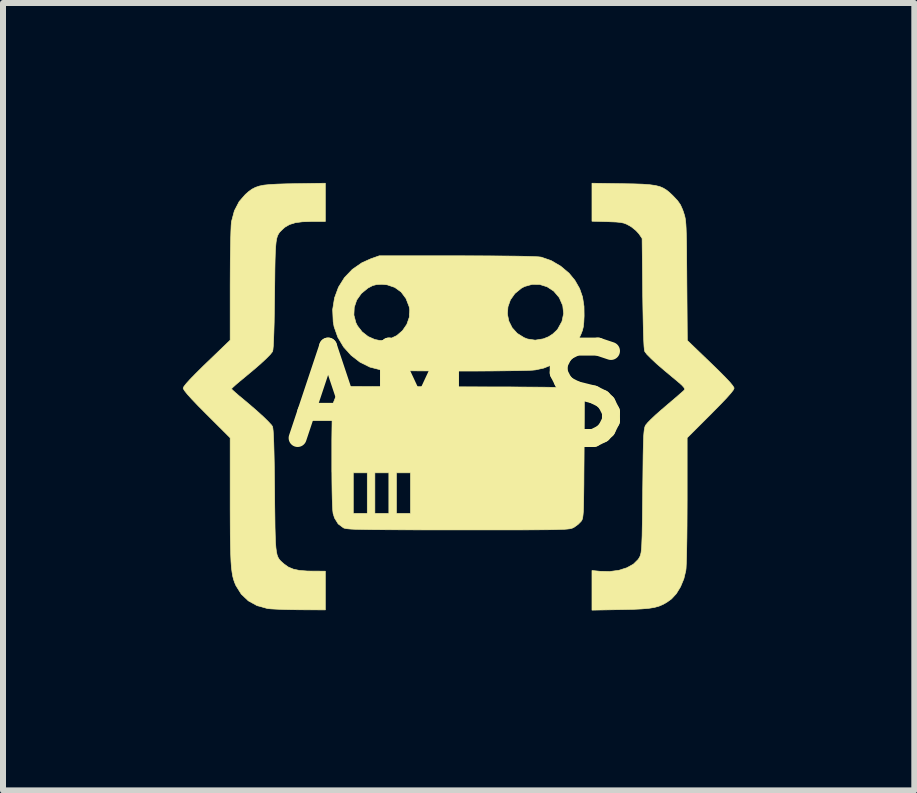
<source format=kicad_pcb>
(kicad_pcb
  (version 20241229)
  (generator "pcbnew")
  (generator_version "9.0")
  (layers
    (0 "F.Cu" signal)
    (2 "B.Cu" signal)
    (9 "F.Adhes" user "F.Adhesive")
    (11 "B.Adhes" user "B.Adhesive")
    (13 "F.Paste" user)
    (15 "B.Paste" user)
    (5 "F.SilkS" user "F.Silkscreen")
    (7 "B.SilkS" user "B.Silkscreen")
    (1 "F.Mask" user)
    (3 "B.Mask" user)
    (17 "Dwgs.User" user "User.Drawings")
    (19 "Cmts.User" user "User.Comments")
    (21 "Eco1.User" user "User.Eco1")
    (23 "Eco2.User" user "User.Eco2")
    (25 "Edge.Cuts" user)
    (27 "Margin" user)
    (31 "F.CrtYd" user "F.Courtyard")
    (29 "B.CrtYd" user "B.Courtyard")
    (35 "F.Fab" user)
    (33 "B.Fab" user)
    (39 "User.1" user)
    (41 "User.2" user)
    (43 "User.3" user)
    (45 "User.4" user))
  (footprint "AM_S"
    (layer "F.Cu")
    (at 4.598 3.564)
    (property "Reference" "AM_S" (at 0 0 0) (layer "F.SilkS") (effects (font (size 1.524 1.524) (thickness 0.3))))
    (attr through_hole)
    (fp_poly (pts (xy 0.013 -0.164) (xy 0.336 -0.163) (xy 0.62 -0.162) (xy 0.868 -0.162) (xy 1.08 -0.16) (xy 1.262 -0.159) (xy 1.414 -0.158) (xy 1.54 -0.156) (xy 1.643 -0.154) (xy 1.725 -0.152) (xy 1.788 -0.149) (xy 1.836 -0.145) (xy 1.872 -0.141) (xy 1.897 -0.136) (xy 1.914 -0.13) (xy 1.928 -0.123) (xy 1.939 -0.116) (xy 1.94 -0.114) (xy 1.994 -0.066) (xy 2.044 -0.006) (xy 2.048 0.001) (xy 2.097 0.072) (xy 2.091 1.046) (xy 2.089 1.275) (xy 2.088 1.466) (xy 2.086 1.621) (xy 2.084 1.746) (xy 2.082 1.843) (xy 2.079 1.918) (xy 2.074 1.973) (xy 2.069 2.012) (xy 2.063 2.039) (xy 2.055 2.059) (xy 2.045 2.074) (xy 2.043 2.078) (xy 1.995 2.127) (xy 1.934 2.172) (xy 1.923 2.179) (xy 1.909 2.186) (xy 1.894 2.193) (xy 1.874 2.199) (xy 1.848 2.204) (xy 1.812 2.208) (xy 1.764 2.212) (xy 1.7 2.214) (xy 1.619 2.217) (xy 1.518 2.219) (xy 1.393 2.22) (xy 1.243 2.221) (xy 1.063 2.222) (xy 0.853 2.222) (xy 0.608 2.222) (xy 0.327 2.222) (xy 0.006 2.222) (xy -0.003 2.222) (xy -0.328 2.222) (xy -0.613 2.222) (xy -0.862 2.221) (xy -1.076 2.22) (xy -1.258 2.219) (xy -1.412 2.218) (xy -1.539 2.216) (xy -1.642 2.214) (xy -1.725 2.212) (xy -1.789 2.209) (xy -1.837 2.205) (xy -1.873 2.201) (xy -1.898 2.196) (xy -1.916 2.19) (xy -1.922 2.187) (xy -2.009 2.122) (xy -2.07 2.023) (xy -2.094 1.945) (xy -2.099 1.901) (xy -2.104 1.82) (xy -2.108 1.709) (xy -2.111 1.573) (xy -2.113 1.418) (xy -2.114 1.27) (xy -1.757 1.27) (xy -1.757 1.947) (xy -1.524 1.947) (xy -1.524 1.27) (xy -1.397 1.27) (xy -1.397 1.947) (xy -1.164 1.947) (xy -1.164 1.27) (xy -1.037 1.27) (xy -1.037 1.947) (xy -0.804 1.947) (xy -0.804 1.27) (xy -1.037 1.27) (xy -1.164 1.27) (xy -1.397 1.27) (xy -1.524 1.27) (xy -1.757 1.27) (xy -2.114 1.27) (xy -2.115 1.249) (xy -2.115 1.074) (xy -2.115 0.897) (xy -2.115 0.725) (xy -2.113 0.563) (xy -2.111 0.417) (xy -2.108 0.293) (xy -2.104 0.197) (xy -2.099 0.135) (xy -2.096 0.118) (xy -2.051 0.005) (xy -1.972 -0.087) (xy -1.926 -0.122) (xy -1.855 -0.17) (xy 0.013 -0.164)) (stroke (width 0.01) (type solid)) (fill yes) (layer "F.SilkS"))
    (fp_poly (pts (xy -0.021 -2.349) (xy 0.267 -2.348) (xy 0.527 -2.347) (xy 0.755 -2.345) (xy 0.952 -2.343) (xy 1.113 -2.34) (xy 1.239 -2.336) (xy 1.326 -2.332) (xy 1.373 -2.327) (xy 1.375 -2.327) (xy 1.542 -2.269) (xy 1.701 -2.176) (xy 1.841 -2.058) (xy 1.938 -1.94) (xy 2.017 -1.802) (xy 2.066 -1.661) (xy 2.09 -1.505) (xy 2.092 -1.346) (xy 2.087 -1.242) (xy 2.079 -1.166) (xy 2.064 -1.104) (xy 2.039 -1.04) (xy 2.006 -0.97) (xy 1.899 -0.801) (xy 1.763 -0.66) (xy 1.602 -0.55) (xy 1.419 -0.476) (xy 1.281 -0.446) (xy 1.228 -0.441) (xy 1.139 -0.437) (xy 1.017 -0.434) (xy 0.868 -0.432) (xy 0.696 -0.43) (xy 0.507 -0.428) (xy 0.305 -0.427) (xy 0.096 -0.427) (xy -0.115 -0.427) (xy -0.325 -0.427) (xy -0.526 -0.429) (xy -0.716 -0.43) (xy -0.888 -0.432) (xy -1.037 -0.435) (xy -1.159 -0.439) (xy -1.249 -0.442) (xy -1.302 -0.447) (xy -1.302 -0.447) (xy -1.481 -0.493) (xy -1.647 -0.576) (xy -1.794 -0.69) (xy -1.919 -0.829) (xy -2.015 -0.99) (xy -2.077 -1.166) (xy -2.092 -1.249) (xy -2.097 -1.361) (xy -1.747 -1.361) (xy -1.714 -1.234) (xy -1.687 -1.18) (xy -1.609 -1.08) (xy -1.509 -1.002) (xy -1.4 -0.954) (xy -1.392 -0.952) (xy -1.323 -0.938) (xy -1.269 -0.936) (xy -1.21 -0.946) (xy -1.149 -0.963) (xy -1.032 -1.018) (xy -0.936 -1.101) (xy -0.864 -1.206) (xy -0.823 -1.324) (xy -0.82 -1.377) (xy 0.813 -1.377) (xy 0.837 -1.259) (xy 0.892 -1.149) (xy 0.977 -1.055) (xy 1.091 -0.984) (xy 1.15 -0.961) (xy 1.276 -0.942) (xy 1.411 -0.964) (xy 1.499 -0.999) (xy 1.57 -1.045) (xy 1.636 -1.107) (xy 1.653 -1.128) (xy 1.723 -1.255) (xy 1.75 -1.385) (xy 1.736 -1.517) (xy 1.68 -1.646) (xy 1.673 -1.657) (xy 1.585 -1.76) (xy 1.475 -1.832) (xy 1.353 -1.87) (xy 1.225 -1.872) (xy 1.1 -1.837) (xy 1.047 -1.809) (xy 0.938 -1.72) (xy 0.863 -1.614) (xy 0.822 -1.498) (xy 0.813 -1.377) (xy -0.82 -1.377) (xy -0.816 -1.447) (xy -0.825 -1.499) (xy -0.878 -1.636) (xy -0.959 -1.745) (xy -1.066 -1.822) (xy -1.193 -1.865) (xy -1.282 -1.873) (xy -1.369 -1.869) (xy -1.436 -1.851) (xy -1.508 -1.813) (xy -1.515 -1.809) (xy -1.623 -1.72) (xy -1.7 -1.611) (xy -1.741 -1.489) (xy -1.747 -1.361) (xy -2.097 -1.361) (xy -2.101 -1.453) (xy -2.07 -1.646) (xy -2.004 -1.825) (xy -1.904 -1.985) (xy -1.773 -2.122) (xy -1.614 -2.232) (xy -1.467 -2.298) (xy -1.323 -2.349) (xy -0.021 -2.349)) (stroke (width 0.01) (type solid)) (fill yes) (layer "F.SilkS"))
    (fp_poly (pts (xy -2.223 -2.921) (xy -2.453 -2.921) (xy -2.606 -2.916) (xy -2.726 -2.9) (xy -2.82 -2.87) (xy -2.896 -2.826) (xy -2.928 -2.798) (xy -2.958 -2.769) (xy -2.984 -2.743) (xy -3.004 -2.714) (xy -3.021 -2.68) (xy -3.034 -2.636) (xy -3.044 -2.578) (xy -3.051 -2.503) (xy -3.057 -2.405) (xy -3.061 -2.282) (xy -3.064 -2.128) (xy -3.066 -1.94) (xy -3.069 -1.714) (xy -3.069 -1.704) (xy -3.073 -1.453) (xy -3.076 -1.244) (xy -3.081 -1.073) (xy -3.086 -0.94) (xy -3.091 -0.843) (xy -3.097 -0.781) (xy -3.104 -0.751) (xy -3.104 -0.751) (xy -3.142 -0.703) (xy -3.21 -0.634) (xy -3.307 -0.544) (xy -3.429 -0.439) (xy -3.572 -0.32) (xy -3.652 -0.254) (xy -3.719 -0.197) (xy -3.766 -0.154) (xy -3.787 -0.132) (xy -3.788 -0.13) (xy -3.772 -0.112) (xy -3.729 -0.073) (xy -3.667 -0.019) (xy -3.593 0.042) (xy -3.466 0.149) (xy -3.35 0.25) (xy -3.251 0.34) (xy -3.174 0.416) (xy -3.122 0.472) (xy -3.105 0.496) (xy -3.099 0.521) (xy -3.093 0.573) (xy -3.088 0.655) (xy -3.083 0.769) (xy -3.079 0.917) (xy -3.075 1.101) (xy -3.072 1.323) (xy -3.069 1.566) (xy -3.067 1.809) (xy -3.064 2.013) (xy -3.062 2.183) (xy -3.058 2.321) (xy -3.054 2.432) (xy -3.047 2.52) (xy -3.038 2.588) (xy -3.027 2.64) (xy -3.012 2.679) (xy -2.994 2.71) (xy -2.971 2.737) (xy -2.944 2.762) (xy -2.912 2.79) (xy -2.841 2.841) (xy -2.758 2.876) (xy -2.654 2.898) (xy -2.522 2.908) (xy -2.439 2.909) (xy -2.223 2.91) (xy -2.223 3.556) (xy -2.651 3.554) (xy -2.79 3.552) (xy -2.922 3.549) (xy -3.038 3.544) (xy -3.13 3.539) (xy -3.189 3.533) (xy -3.192 3.532) (xy -3.362 3.485) (xy -3.507 3.405) (xy -3.625 3.293) (xy -3.714 3.151) (xy -3.717 3.144) (xy -3.737 3.097) (xy -3.754 3.047) (xy -3.768 2.992) (xy -3.779 2.926) (xy -3.789 2.847) (xy -3.796 2.751) (xy -3.801 2.633) (xy -3.805 2.49) (xy -3.808 2.319) (xy -3.809 2.115) (xy -3.81 1.874) (xy -3.81 1.725) (xy -3.81 0.687) (xy -4.202 0.296) (xy -4.339 0.158) (xy -4.446 0.046) (xy -4.523 -0.039) (xy -4.571 -0.099) (xy -4.592 -0.135) (xy -4.593 -0.141) (xy -4.581 -0.169) (xy -4.542 -0.219) (xy -4.477 -0.291) (xy -4.383 -0.387) (xy -4.259 -0.51) (xy -4.202 -0.565) (xy -3.81 -0.942) (xy -3.81 -1.863) (xy -3.809 -2.08) (xy -3.808 -2.282) (xy -3.805 -2.465) (xy -3.802 -2.624) (xy -3.798 -2.754) (xy -3.794 -2.852) (xy -3.789 -2.912) (xy -3.788 -2.919) (xy -3.74 -3.099) (xy -3.66 -3.253) (xy -3.555 -3.373) (xy -3.499 -3.422) (xy -3.446 -3.46) (xy -3.39 -3.489) (xy -3.326 -3.511) (xy -3.248 -3.527) (xy -3.149 -3.537) (xy -3.024 -3.544) (xy -2.866 -3.549) (xy -2.736 -3.551) (xy -2.223 -3.559) (xy -2.223 -2.921)) (stroke (width 0.01) (type solid)) (fill yes) (layer "F.SilkS"))
    (fp_poly (pts (xy 2.736 -3.551) (xy 2.92 -3.548) (xy 3.068 -3.543) (xy 3.186 -3.534) (xy 3.279 -3.521) (xy 3.353 -3.503) (xy 3.415 -3.476) (xy 3.471 -3.441) (xy 3.526 -3.395) (xy 3.58 -3.343) (xy 3.651 -3.267) (xy 3.699 -3.198) (xy 3.735 -3.117) (xy 3.749 -3.078) (xy 3.76 -3.043) (xy 3.77 -3.009) (xy 3.778 -2.972) (xy 3.784 -2.928) (xy 3.789 -2.873) (xy 3.793 -2.803) (xy 3.796 -2.713) (xy 3.799 -2.6) (xy 3.801 -2.459) (xy 3.802 -2.287) (xy 3.804 -2.079) (xy 3.805 -1.934) (xy 3.813 -0.937) (xy 4.203 -0.562) (xy 4.339 -0.43) (xy 4.444 -0.324) (xy 4.521 -0.243) (xy 4.569 -0.185) (xy 4.591 -0.149) (xy 4.593 -0.141) (xy 4.58 -0.111) (xy 4.539 -0.058) (xy 4.47 0.02) (xy 4.371 0.124) (xy 4.242 0.255) (xy 4.202 0.296) (xy 3.81 0.687) (xy 3.81 1.725) (xy 3.809 1.947) (xy 3.808 2.156) (xy 3.806 2.349) (xy 3.803 2.52) (xy 3.8 2.666) (xy 3.796 2.781) (xy 3.792 2.863) (xy 3.788 2.9) (xy 3.755 3.038) (xy 3.7 3.17) (xy 3.63 3.285) (xy 3.551 3.371) (xy 3.541 3.379) (xy 3.474 3.427) (xy 3.41 3.464) (xy 3.342 3.493) (xy 3.264 3.515) (xy 3.17 3.53) (xy 3.052 3.54) (xy 2.906 3.547) (xy 2.724 3.551) (xy 2.715 3.551) (xy 2.223 3.56) (xy 2.223 2.899) (xy 2.356 2.912) (xy 2.518 2.916) (xy 2.669 2.896) (xy 2.803 2.854) (xy 2.914 2.793) (xy 2.994 2.714) (xy 3.018 2.675) (xy 3.027 2.654) (xy 3.035 2.629) (xy 3.042 2.597) (xy 3.047 2.554) (xy 3.052 2.496) (xy 3.055 2.419) (xy 3.059 2.319) (xy 3.061 2.193) (xy 3.064 2.037) (xy 3.066 1.847) (xy 3.069 1.619) (xy 3.069 1.566) (xy 3.072 1.331) (xy 3.074 1.134) (xy 3.076 0.972) (xy 3.079 0.84) (xy 3.082 0.737) (xy 3.085 0.656) (xy 3.09 0.596) (xy 3.095 0.552) (xy 3.101 0.52) (xy 3.108 0.496) (xy 3.117 0.478) (xy 3.122 0.47) (xy 3.152 0.434) (xy 3.208 0.377) (xy 3.284 0.305) (xy 3.375 0.225) (xy 3.452 0.159) (xy 3.547 0.078) (xy 3.632 0.006) (xy 3.7 -0.054) (xy 3.747 -0.095) (xy 3.765 -0.113) (xy 3.769 -0.13) (xy 3.754 -0.156) (xy 3.718 -0.195) (xy 3.655 -0.25) (xy 3.572 -0.319) (xy 3.428 -0.439) (xy 3.306 -0.544) (xy 3.21 -0.634) (xy 3.141 -0.703) (xy 3.104 -0.751) (xy 3.097 -0.779) (xy 3.091 -0.84) (xy 3.086 -0.936) (xy 3.081 -1.067) (xy 3.077 -1.235) (xy 3.073 -1.442) (xy 3.069 -1.69) (xy 3.069 -1.716) (xy 3.059 -2.638) (xy 3.006 -2.716) (xy 2.955 -2.771) (xy 2.886 -2.827) (xy 2.847 -2.851) (xy 2.798 -2.877) (xy 2.752 -2.894) (xy 2.698 -2.905) (xy 2.626 -2.912) (xy 2.526 -2.916) (xy 2.482 -2.918) (xy 2.223 -2.925) (xy 2.223 -3.559) (xy 2.736 -3.551)) (stroke (width 0.01) (type solid)) (fill yes) (layer "F.SilkS")))
  (gr_rect
    (start -3 -3)
    (end 12.196 10.13)
    (stroke (width 0.1) (type default))
    (fill no)
    (layer "Edge.Cuts")))
</source>
